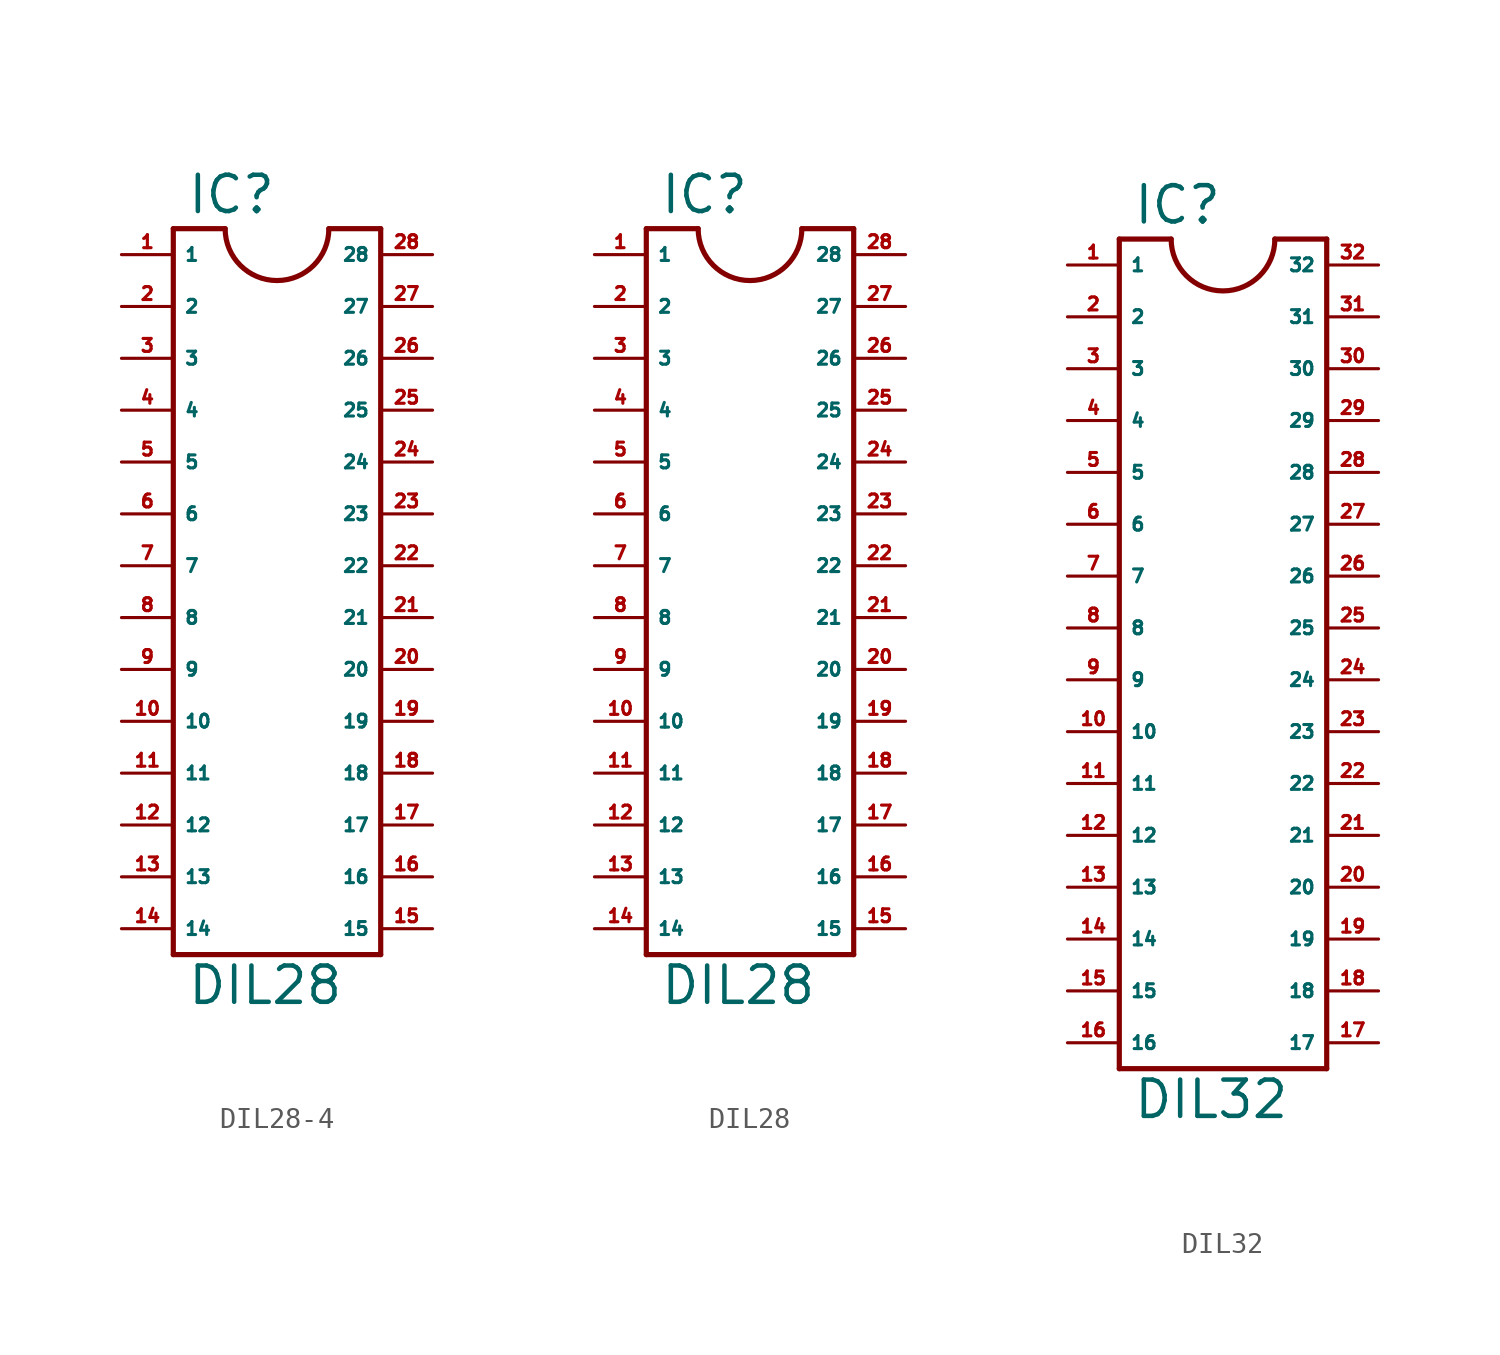
<source format=kicad_sym>
(kicad_symbol_lib
  (version 20220914)
  (generator Eagle2Kicad)
  (symbol "DIL28-4"
    (property "Reference" "IC"
      (at -4.445 17.145 0)
      (effects (font (size 1.778 1.778) (thickness 0.22)) (justify left bottom)))
    (property "Value" "DIL28"
      (at -4.445 -21.59 0)
      (effects (font (size 1.778 1.778) (thickness 0.22)) (justify left bottom)))
    (polyline
      (pts (xy -5.08 16.51) (xy -5.08 -19.05))
      (stroke (width 0.254) (type default))
      (fill (type none)))
    (polyline
      (pts (xy -5.08 -19.05) (xy 5.08 -19.05))
      (stroke (width 0.254) (type default))
      (fill (type none)))
    (polyline
      (pts (xy 5.08 -19.05) (xy 5.08 16.51))
      (stroke (width 0.254) (type default))
      (fill (type none)))
    (polyline
      (pts (xy 5.08 16.51) (xy 2.54 16.51))
      (stroke (width 0.254) (type default))
      (fill (type none)))
    (polyline
      (pts (xy -5.08 16.51) (xy -2.54 16.51))
      (stroke (width 0.254) (type default))
      (fill (type none)))
    (arc
      (start -2.54 16.51)
      (mid 0.000 13.970)
      (end 2.54 16.51)
      (stroke (width 0.254) (type default))
      (fill (type none)))
    (pin passive line
      (at -7.62 15.24 0)
      (length 2.54)
      (name "1" (effects (font (size 0.635 0.635) (thickness 0.08)) (justify left bottom)))
      (number "1" (effects (font (size 0.635 0.635) (thickness 0.08)) (justify left bottom))))
    (pin passive line
      (at -7.62 12.7 0)
      (length 2.54)
      (name "2" (effects (font (size 0.635 0.635) (thickness 0.08)) (justify left bottom)))
      (number "2" (effects (font (size 0.635 0.635) (thickness 0.08)) (justify left bottom))))
    (pin passive line
      (at -7.62 10.16 0)
      (length 2.54)
      (name "3" (effects (font (size 0.635 0.635) (thickness 0.08)) (justify left bottom)))
      (number "3" (effects (font (size 0.635 0.635) (thickness 0.08)) (justify left bottom))))
    (pin passive line
      (at -7.62 7.62 0)
      (length 2.54)
      (name "4" (effects (font (size 0.635 0.635) (thickness 0.08)) (justify left bottom)))
      (number "4" (effects (font (size 0.635 0.635) (thickness 0.08)) (justify left bottom))))
    (pin passive line
      (at -7.62 5.08 0)
      (length 2.54)
      (name "5" (effects (font (size 0.635 0.635) (thickness 0.08)) (justify left bottom)))
      (number "5" (effects (font (size 0.635 0.635) (thickness 0.08)) (justify left bottom))))
    (pin passive line
      (at -7.62 2.54 0)
      (length 2.54)
      (name "6" (effects (font (size 0.635 0.635) (thickness 0.08)) (justify left bottom)))
      (number "6" (effects (font (size 0.635 0.635) (thickness 0.08)) (justify left bottom))))
    (pin passive line
      (at -7.62 0 0)
      (length 2.54)
      (name "7" (effects (font (size 0.635 0.635) (thickness 0.08)) (justify left bottom)))
      (number "7" (effects (font (size 0.635 0.635) (thickness 0.08)) (justify left bottom))))
    (pin passive line
      (at -7.62 -2.54 0)
      (length 2.54)
      (name "8" (effects (font (size 0.635 0.635) (thickness 0.08)) (justify left bottom)))
      (number "8" (effects (font (size 0.635 0.635) (thickness 0.08)) (justify left bottom))))
    (pin passive line
      (at -7.62 -5.08 0)
      (length 2.54)
      (name "9" (effects (font (size 0.635 0.635) (thickness 0.08)) (justify left bottom)))
      (number "9" (effects (font (size 0.635 0.635) (thickness 0.08)) (justify left bottom))))
    (pin passive line
      (at -7.62 -7.62 0)
      (length 2.54)
      (name "10" (effects (font (size 0.635 0.635) (thickness 0.08)) (justify left bottom)))
      (number "10" (effects (font (size 0.635 0.635) (thickness 0.08)) (justify left bottom))))
    (pin passive line
      (at -7.62 -10.16 0)
      (length 2.54)
      (name "11" (effects (font (size 0.635 0.635) (thickness 0.08)) (justify left bottom)))
      (number "11" (effects (font (size 0.635 0.635) (thickness 0.08)) (justify left bottom))))
    (pin passive line
      (at -7.62 -12.7 0)
      (length 2.54)
      (name "12" (effects (font (size 0.635 0.635) (thickness 0.08)) (justify left bottom)))
      (number "12" (effects (font (size 0.635 0.635) (thickness 0.08)) (justify left bottom))))
    (pin passive line
      (at -7.62 -15.24 0)
      (length 2.54)
      (name "13" (effects (font (size 0.635 0.635) (thickness 0.08)) (justify left bottom)))
      (number "13" (effects (font (size 0.635 0.635) (thickness 0.08)) (justify left bottom))))
    (pin passive line
      (at -7.62 -17.78 0)
      (length 2.54)
      (name "14" (effects (font (size 0.635 0.635) (thickness 0.08)) (justify left bottom)))
      (number "14" (effects (font (size 0.635 0.635) (thickness 0.08)) (justify left bottom))))
    (pin passive line
      (at 7.62 -17.78 180)
      (length 2.54)
      (name "15" (effects (font (size 0.635 0.635) (thickness 0.08)) (justify left bottom)))
      (number "15" (effects (font (size 0.635 0.635) (thickness 0.08)) (justify left bottom))))
    (pin passive line
      (at 7.62 -15.24 180)
      (length 2.54)
      (name "16" (effects (font (size 0.635 0.635) (thickness 0.08)) (justify left bottom)))
      (number "16" (effects (font (size 0.635 0.635) (thickness 0.08)) (justify left bottom))))
    (pin passive line
      (at 7.62 -12.7 180)
      (length 2.54)
      (name "17" (effects (font (size 0.635 0.635) (thickness 0.08)) (justify left bottom)))
      (number "17" (effects (font (size 0.635 0.635) (thickness 0.08)) (justify left bottom))))
    (pin passive line
      (at 7.62 -10.16 180)
      (length 2.54)
      (name "18" (effects (font (size 0.635 0.635) (thickness 0.08)) (justify left bottom)))
      (number "18" (effects (font (size 0.635 0.635) (thickness 0.08)) (justify left bottom))))
    (pin passive line
      (at 7.62 -7.62 180)
      (length 2.54)
      (name "19" (effects (font (size 0.635 0.635) (thickness 0.08)) (justify left bottom)))
      (number "19" (effects (font (size 0.635 0.635) (thickness 0.08)) (justify left bottom))))
    (pin passive line
      (at 7.62 -5.08 180)
      (length 2.54)
      (name "20" (effects (font (size 0.635 0.635) (thickness 0.08)) (justify left bottom)))
      (number "20" (effects (font (size 0.635 0.635) (thickness 0.08)) (justify left bottom))))
    (pin passive line
      (at 7.62 -2.54 180)
      (length 2.54)
      (name "21" (effects (font (size 0.635 0.635) (thickness 0.08)) (justify left bottom)))
      (number "21" (effects (font (size 0.635 0.635) (thickness 0.08)) (justify left bottom))))
    (pin passive line
      (at 7.62 0 180)
      (length 2.54)
      (name "22" (effects (font (size 0.635 0.635) (thickness 0.08)) (justify left bottom)))
      (number "22" (effects (font (size 0.635 0.635) (thickness 0.08)) (justify left bottom))))
    (pin passive line
      (at 7.62 2.54 180)
      (length 2.54)
      (name "23" (effects (font (size 0.635 0.635) (thickness 0.08)) (justify left bottom)))
      (number "23" (effects (font (size 0.635 0.635) (thickness 0.08)) (justify left bottom))))
    (pin passive line
      (at 7.62 5.08 180)
      (length 2.54)
      (name "24" (effects (font (size 0.635 0.635) (thickness 0.08)) (justify left bottom)))
      (number "24" (effects (font (size 0.635 0.635) (thickness 0.08)) (justify left bottom))))
    (pin passive line
      (at 7.62 7.62 180)
      (length 2.54)
      (name "25" (effects (font (size 0.635 0.635) (thickness 0.08)) (justify left bottom)))
      (number "25" (effects (font (size 0.635 0.635) (thickness 0.08)) (justify left bottom))))
    (pin passive line
      (at 7.62 10.16 180)
      (length 2.54)
      (name "26" (effects (font (size 0.635 0.635) (thickness 0.08)) (justify left bottom)))
      (number "26" (effects (font (size 0.635 0.635) (thickness 0.08)) (justify left bottom))))
    (pin passive line
      (at 7.62 12.7 180)
      (length 2.54)
      (name "27" (effects (font (size 0.635 0.635) (thickness 0.08)) (justify left bottom)))
      (number "27" (effects (font (size 0.635 0.635) (thickness 0.08)) (justify left bottom))))
    (pin passive line
      (at 7.62 15.24 180)
      (length 2.54)
      (name "28" (effects (font (size 0.635 0.635) (thickness 0.08)) (justify left bottom)))
      (number "28" (effects (font (size 0.635 0.635) (thickness 0.08)) (justify left bottom)))))
  (symbol "DIL28"
    (property "Reference" "IC"
      (at -4.445 17.145 0)
      (effects (font (size 1.778 1.778) (thickness 0.22)) (justify left bottom)))
    (property "Value" "DIL28"
      (at -4.445 -21.59 0)
      (effects (font (size 1.778 1.778) (thickness 0.22)) (justify left bottom)))
    (polyline
      (pts (xy -5.08 16.51) (xy -5.08 -19.05))
      (stroke (width 0.254) (type default))
      (fill (type none)))
    (polyline
      (pts (xy -5.08 -19.05) (xy 5.08 -19.05))
      (stroke (width 0.254) (type default))
      (fill (type none)))
    (polyline
      (pts (xy 5.08 -19.05) (xy 5.08 16.51))
      (stroke (width 0.254) (type default))
      (fill (type none)))
    (polyline
      (pts (xy 5.08 16.51) (xy 2.54 16.51))
      (stroke (width 0.254) (type default))
      (fill (type none)))
    (polyline
      (pts (xy -5.08 16.51) (xy -2.54 16.51))
      (stroke (width 0.254) (type default))
      (fill (type none)))
    (arc
      (start -2.54 16.51)
      (mid 0.000 13.970)
      (end 2.54 16.51)
      (stroke (width 0.254) (type default))
      (fill (type none)))
    (pin passive line
      (at -7.62 15.24 0)
      (length 2.54)
      (name "1" (effects (font (size 0.635 0.635) (thickness 0.08)) (justify left bottom)))
      (number "1" (effects (font (size 0.635 0.635) (thickness 0.08)) (justify left bottom))))
    (pin passive line
      (at -7.62 12.7 0)
      (length 2.54)
      (name "2" (effects (font (size 0.635 0.635) (thickness 0.08)) (justify left bottom)))
      (number "2" (effects (font (size 0.635 0.635) (thickness 0.08)) (justify left bottom))))
    (pin passive line
      (at -7.62 10.16 0)
      (length 2.54)
      (name "3" (effects (font (size 0.635 0.635) (thickness 0.08)) (justify left bottom)))
      (number "3" (effects (font (size 0.635 0.635) (thickness 0.08)) (justify left bottom))))
    (pin passive line
      (at -7.62 7.62 0)
      (length 2.54)
      (name "4" (effects (font (size 0.635 0.635) (thickness 0.08)) (justify left bottom)))
      (number "4" (effects (font (size 0.635 0.635) (thickness 0.08)) (justify left bottom))))
    (pin passive line
      (at -7.62 5.08 0)
      (length 2.54)
      (name "5" (effects (font (size 0.635 0.635) (thickness 0.08)) (justify left bottom)))
      (number "5" (effects (font (size 0.635 0.635) (thickness 0.08)) (justify left bottom))))
    (pin passive line
      (at -7.62 2.54 0)
      (length 2.54)
      (name "6" (effects (font (size 0.635 0.635) (thickness 0.08)) (justify left bottom)))
      (number "6" (effects (font (size 0.635 0.635) (thickness 0.08)) (justify left bottom))))
    (pin passive line
      (at -7.62 0 0)
      (length 2.54)
      (name "7" (effects (font (size 0.635 0.635) (thickness 0.08)) (justify left bottom)))
      (number "7" (effects (font (size 0.635 0.635) (thickness 0.08)) (justify left bottom))))
    (pin passive line
      (at -7.62 -2.54 0)
      (length 2.54)
      (name "8" (effects (font (size 0.635 0.635) (thickness 0.08)) (justify left bottom)))
      (number "8" (effects (font (size 0.635 0.635) (thickness 0.08)) (justify left bottom))))
    (pin passive line
      (at -7.62 -5.08 0)
      (length 2.54)
      (name "9" (effects (font (size 0.635 0.635) (thickness 0.08)) (justify left bottom)))
      (number "9" (effects (font (size 0.635 0.635) (thickness 0.08)) (justify left bottom))))
    (pin passive line
      (at -7.62 -7.62 0)
      (length 2.54)
      (name "10" (effects (font (size 0.635 0.635) (thickness 0.08)) (justify left bottom)))
      (number "10" (effects (font (size 0.635 0.635) (thickness 0.08)) (justify left bottom))))
    (pin passive line
      (at -7.62 -10.16 0)
      (length 2.54)
      (name "11" (effects (font (size 0.635 0.635) (thickness 0.08)) (justify left bottom)))
      (number "11" (effects (font (size 0.635 0.635) (thickness 0.08)) (justify left bottom))))
    (pin passive line
      (at -7.62 -12.7 0)
      (length 2.54)
      (name "12" (effects (font (size 0.635 0.635) (thickness 0.08)) (justify left bottom)))
      (number "12" (effects (font (size 0.635 0.635) (thickness 0.08)) (justify left bottom))))
    (pin passive line
      (at -7.62 -15.24 0)
      (length 2.54)
      (name "13" (effects (font (size 0.635 0.635) (thickness 0.08)) (justify left bottom)))
      (number "13" (effects (font (size 0.635 0.635) (thickness 0.08)) (justify left bottom))))
    (pin passive line
      (at -7.62 -17.78 0)
      (length 2.54)
      (name "14" (effects (font (size 0.635 0.635) (thickness 0.08)) (justify left bottom)))
      (number "14" (effects (font (size 0.635 0.635) (thickness 0.08)) (justify left bottom))))
    (pin passive line
      (at 7.62 -17.78 180)
      (length 2.54)
      (name "15" (effects (font (size 0.635 0.635) (thickness 0.08)) (justify left bottom)))
      (number "15" (effects (font (size 0.635 0.635) (thickness 0.08)) (justify left bottom))))
    (pin passive line
      (at 7.62 -15.24 180)
      (length 2.54)
      (name "16" (effects (font (size 0.635 0.635) (thickness 0.08)) (justify left bottom)))
      (number "16" (effects (font (size 0.635 0.635) (thickness 0.08)) (justify left bottom))))
    (pin passive line
      (at 7.62 -12.7 180)
      (length 2.54)
      (name "17" (effects (font (size 0.635 0.635) (thickness 0.08)) (justify left bottom)))
      (number "17" (effects (font (size 0.635 0.635) (thickness 0.08)) (justify left bottom))))
    (pin passive line
      (at 7.62 -10.16 180)
      (length 2.54)
      (name "18" (effects (font (size 0.635 0.635) (thickness 0.08)) (justify left bottom)))
      (number "18" (effects (font (size 0.635 0.635) (thickness 0.08)) (justify left bottom))))
    (pin passive line
      (at 7.62 -7.62 180)
      (length 2.54)
      (name "19" (effects (font (size 0.635 0.635) (thickness 0.08)) (justify left bottom)))
      (number "19" (effects (font (size 0.635 0.635) (thickness 0.08)) (justify left bottom))))
    (pin passive line
      (at 7.62 -5.08 180)
      (length 2.54)
      (name "20" (effects (font (size 0.635 0.635) (thickness 0.08)) (justify left bottom)))
      (number "20" (effects (font (size 0.635 0.635) (thickness 0.08)) (justify left bottom))))
    (pin passive line
      (at 7.62 -2.54 180)
      (length 2.54)
      (name "21" (effects (font (size 0.635 0.635) (thickness 0.08)) (justify left bottom)))
      (number "21" (effects (font (size 0.635 0.635) (thickness 0.08)) (justify left bottom))))
    (pin passive line
      (at 7.62 0 180)
      (length 2.54)
      (name "22" (effects (font (size 0.635 0.635) (thickness 0.08)) (justify left bottom)))
      (number "22" (effects (font (size 0.635 0.635) (thickness 0.08)) (justify left bottom))))
    (pin passive line
      (at 7.62 2.54 180)
      (length 2.54)
      (name "23" (effects (font (size 0.635 0.635) (thickness 0.08)) (justify left bottom)))
      (number "23" (effects (font (size 0.635 0.635) (thickness 0.08)) (justify left bottom))))
    (pin passive line
      (at 7.62 5.08 180)
      (length 2.54)
      (name "24" (effects (font (size 0.635 0.635) (thickness 0.08)) (justify left bottom)))
      (number "24" (effects (font (size 0.635 0.635) (thickness 0.08)) (justify left bottom))))
    (pin passive line
      (at 7.62 7.62 180)
      (length 2.54)
      (name "25" (effects (font (size 0.635 0.635) (thickness 0.08)) (justify left bottom)))
      (number "25" (effects (font (size 0.635 0.635) (thickness 0.08)) (justify left bottom))))
    (pin passive line
      (at 7.62 10.16 180)
      (length 2.54)
      (name "26" (effects (font (size 0.635 0.635) (thickness 0.08)) (justify left bottom)))
      (number "26" (effects (font (size 0.635 0.635) (thickness 0.08)) (justify left bottom))))
    (pin passive line
      (at 7.62 12.7 180)
      (length 2.54)
      (name "27" (effects (font (size 0.635 0.635) (thickness 0.08)) (justify left bottom)))
      (number "27" (effects (font (size 0.635 0.635) (thickness 0.08)) (justify left bottom))))
    (pin passive line
      (at 7.62 15.24 180)
      (length 2.54)
      (name "28" (effects (font (size 0.635 0.635) (thickness 0.08)) (justify left bottom)))
      (number "28" (effects (font (size 0.635 0.635) (thickness 0.08)) (justify left bottom)))))
  (symbol "DIL32"
    (property "Reference" "IC"
      (at -4.445 19.685 0)
      (effects (font (size 1.778 1.778) (thickness 0.22)) (justify left bottom)))
    (property "Value" "DIL32"
      (at -4.445 -24.13 0)
      (effects (font (size 1.778 1.778) (thickness 0.22)) (justify left bottom)))
    (polyline
      (pts (xy -5.08 19.05) (xy -5.08 -21.59))
      (stroke (width 0.254) (type default))
      (fill (type none)))
    (polyline
      (pts (xy -5.08 -21.59) (xy 5.08 -21.59))
      (stroke (width 0.254) (type default))
      (fill (type none)))
    (polyline
      (pts (xy 5.08 -21.59) (xy 5.08 19.05))
      (stroke (width 0.254) (type default))
      (fill (type none)))
    (polyline
      (pts (xy 5.08 19.05) (xy 2.54 19.05))
      (stroke (width 0.254) (type default))
      (fill (type none)))
    (polyline
      (pts (xy -5.08 19.05) (xy -2.54 19.05))
      (stroke (width 0.254) (type default))
      (fill (type none)))
    (arc
      (start -2.54 19.05)
      (mid 0.000 16.510)
      (end 2.54 19.05)
      (stroke (width 0.254) (type default))
      (fill (type none)))
    (pin passive line
      (at -7.62 17.78 0)
      (length 2.54)
      (name "1" (effects (font (size 0.635 0.635) (thickness 0.08)) (justify left bottom)))
      (number "1" (effects (font (size 0.635 0.635) (thickness 0.08)) (justify left bottom))))
    (pin passive line
      (at -7.62 15.24 0)
      (length 2.54)
      (name "2" (effects (font (size 0.635 0.635) (thickness 0.08)) (justify left bottom)))
      (number "2" (effects (font (size 0.635 0.635) (thickness 0.08)) (justify left bottom))))
    (pin passive line
      (at -7.62 12.7 0)
      (length 2.54)
      (name "3" (effects (font (size 0.635 0.635) (thickness 0.08)) (justify left bottom)))
      (number "3" (effects (font (size 0.635 0.635) (thickness 0.08)) (justify left bottom))))
    (pin passive line
      (at -7.62 10.16 0)
      (length 2.54)
      (name "4" (effects (font (size 0.635 0.635) (thickness 0.08)) (justify left bottom)))
      (number "4" (effects (font (size 0.635 0.635) (thickness 0.08)) (justify left bottom))))
    (pin passive line
      (at -7.62 7.62 0)
      (length 2.54)
      (name "5" (effects (font (size 0.635 0.635) (thickness 0.08)) (justify left bottom)))
      (number "5" (effects (font (size 0.635 0.635) (thickness 0.08)) (justify left bottom))))
    (pin passive line
      (at -7.62 5.08 0)
      (length 2.54)
      (name "6" (effects (font (size 0.635 0.635) (thickness 0.08)) (justify left bottom)))
      (number "6" (effects (font (size 0.635 0.635) (thickness 0.08)) (justify left bottom))))
    (pin passive line
      (at -7.62 2.54 0)
      (length 2.54)
      (name "7" (effects (font (size 0.635 0.635) (thickness 0.08)) (justify left bottom)))
      (number "7" (effects (font (size 0.635 0.635) (thickness 0.08)) (justify left bottom))))
    (pin passive line
      (at -7.62 0 0)
      (length 2.54)
      (name "8" (effects (font (size 0.635 0.635) (thickness 0.08)) (justify left bottom)))
      (number "8" (effects (font (size 0.635 0.635) (thickness 0.08)) (justify left bottom))))
    (pin passive line
      (at -7.62 -2.54 0)
      (length 2.54)
      (name "9" (effects (font (size 0.635 0.635) (thickness 0.08)) (justify left bottom)))
      (number "9" (effects (font (size 0.635 0.635) (thickness 0.08)) (justify left bottom))))
    (pin passive line
      (at -7.62 -5.08 0)
      (length 2.54)
      (name "10" (effects (font (size 0.635 0.635) (thickness 0.08)) (justify left bottom)))
      (number "10" (effects (font (size 0.635 0.635) (thickness 0.08)) (justify left bottom))))
    (pin passive line
      (at -7.62 -7.62 0)
      (length 2.54)
      (name "11" (effects (font (size 0.635 0.635) (thickness 0.08)) (justify left bottom)))
      (number "11" (effects (font (size 0.635 0.635) (thickness 0.08)) (justify left bottom))))
    (pin passive line
      (at -7.62 -10.16 0)
      (length 2.54)
      (name "12" (effects (font (size 0.635 0.635) (thickness 0.08)) (justify left bottom)))
      (number "12" (effects (font (size 0.635 0.635) (thickness 0.08)) (justify left bottom))))
    (pin passive line
      (at -7.62 -12.7 0)
      (length 2.54)
      (name "13" (effects (font (size 0.635 0.635) (thickness 0.08)) (justify left bottom)))
      (number "13" (effects (font (size 0.635 0.635) (thickness 0.08)) (justify left bottom))))
    (pin passive line
      (at -7.62 -15.24 0)
      (length 2.54)
      (name "14" (effects (font (size 0.635 0.635) (thickness 0.08)) (justify left bottom)))
      (number "14" (effects (font (size 0.635 0.635) (thickness 0.08)) (justify left bottom))))
    (pin passive line
      (at -7.62 -17.78 0)
      (length 2.54)
      (name "15" (effects (font (size 0.635 0.635) (thickness 0.08)) (justify left bottom)))
      (number "15" (effects (font (size 0.635 0.635) (thickness 0.08)) (justify left bottom))))
    (pin passive line
      (at -7.62 -20.32 0)
      (length 2.54)
      (name "16" (effects (font (size 0.635 0.635) (thickness 0.08)) (justify left bottom)))
      (number "16" (effects (font (size 0.635 0.635) (thickness 0.08)) (justify left bottom))))
    (pin passive line
      (at 7.62 -20.32 180)
      (length 2.54)
      (name "17" (effects (font (size 0.635 0.635) (thickness 0.08)) (justify left bottom)))
      (number "17" (effects (font (size 0.635 0.635) (thickness 0.08)) (justify left bottom))))
    (pin passive line
      (at 7.62 -17.78 180)
      (length 2.54)
      (name "18" (effects (font (size 0.635 0.635) (thickness 0.08)) (justify left bottom)))
      (number "18" (effects (font (size 0.635 0.635) (thickness 0.08)) (justify left bottom))))
    (pin passive line
      (at 7.62 -15.24 180)
      (length 2.54)
      (name "19" (effects (font (size 0.635 0.635) (thickness 0.08)) (justify left bottom)))
      (number "19" (effects (font (size 0.635 0.635) (thickness 0.08)) (justify left bottom))))
    (pin passive line
      (at 7.62 -12.7 180)
      (length 2.54)
      (name "20" (effects (font (size 0.635 0.635) (thickness 0.08)) (justify left bottom)))
      (number "20" (effects (font (size 0.635 0.635) (thickness 0.08)) (justify left bottom))))
    (pin passive line
      (at 7.62 -10.16 180)
      (length 2.54)
      (name "21" (effects (font (size 0.635 0.635) (thickness 0.08)) (justify left bottom)))
      (number "21" (effects (font (size 0.635 0.635) (thickness 0.08)) (justify left bottom))))
    (pin passive line
      (at 7.62 -7.62 180)
      (length 2.54)
      (name "22" (effects (font (size 0.635 0.635) (thickness 0.08)) (justify left bottom)))
      (number "22" (effects (font (size 0.635 0.635) (thickness 0.08)) (justify left bottom))))
    (pin passive line
      (at 7.62 -5.08 180)
      (length 2.54)
      (name "23" (effects (font (size 0.635 0.635) (thickness 0.08)) (justify left bottom)))
      (number "23" (effects (font (size 0.635 0.635) (thickness 0.08)) (justify left bottom))))
    (pin passive line
      (at 7.62 -2.54 180)
      (length 2.54)
      (name "24" (effects (font (size 0.635 0.635) (thickness 0.08)) (justify left bottom)))
      (number "24" (effects (font (size 0.635 0.635) (thickness 0.08)) (justify left bottom))))
    (pin passive line
      (at 7.62 0 180)
      (length 2.54)
      (name "25" (effects (font (size 0.635 0.635) (thickness 0.08)) (justify left bottom)))
      (number "25" (effects (font (size 0.635 0.635) (thickness 0.08)) (justify left bottom))))
    (pin passive line
      (at 7.62 2.54 180)
      (length 2.54)
      (name "26" (effects (font (size 0.635 0.635) (thickness 0.08)) (justify left bottom)))
      (number "26" (effects (font (size 0.635 0.635) (thickness 0.08)) (justify left bottom))))
    (pin passive line
      (at 7.62 5.08 180)
      (length 2.54)
      (name "27" (effects (font (size 0.635 0.635) (thickness 0.08)) (justify left bottom)))
      (number "27" (effects (font (size 0.635 0.635) (thickness 0.08)) (justify left bottom))))
    (pin passive line
      (at 7.62 7.62 180)
      (length 2.54)
      (name "28" (effects (font (size 0.635 0.635) (thickness 0.08)) (justify left bottom)))
      (number "28" (effects (font (size 0.635 0.635) (thickness 0.08)) (justify left bottom))))
    (pin passive line
      (at 7.62 10.16 180)
      (length 2.54)
      (name "29" (effects (font (size 0.635 0.635) (thickness 0.08)) (justify left bottom)))
      (number "29" (effects (font (size 0.635 0.635) (thickness 0.08)) (justify left bottom))))
    (pin passive line
      (at 7.62 12.7 180)
      (length 2.54)
      (name "30" (effects (font (size 0.635 0.635) (thickness 0.08)) (justify left bottom)))
      (number "30" (effects (font (size 0.635 0.635) (thickness 0.08)) (justify left bottom))))
    (pin passive line
      (at 7.62 15.24 180)
      (length 2.54)
      (name "31" (effects (font (size 0.635 0.635) (thickness 0.08)) (justify left bottom)))
      (number "31" (effects (font (size 0.635 0.635) (thickness 0.08)) (justify left bottom))))
    (pin passive line
      (at 7.62 17.78 180)
      (length 2.54)
      (name "32" (effects (font (size 0.635 0.635) (thickness 0.08)) (justify left bottom)))
      (number "32" (effects (font (size 0.635 0.635) (thickness 0.08)) (justify left bottom))))))
</source>
